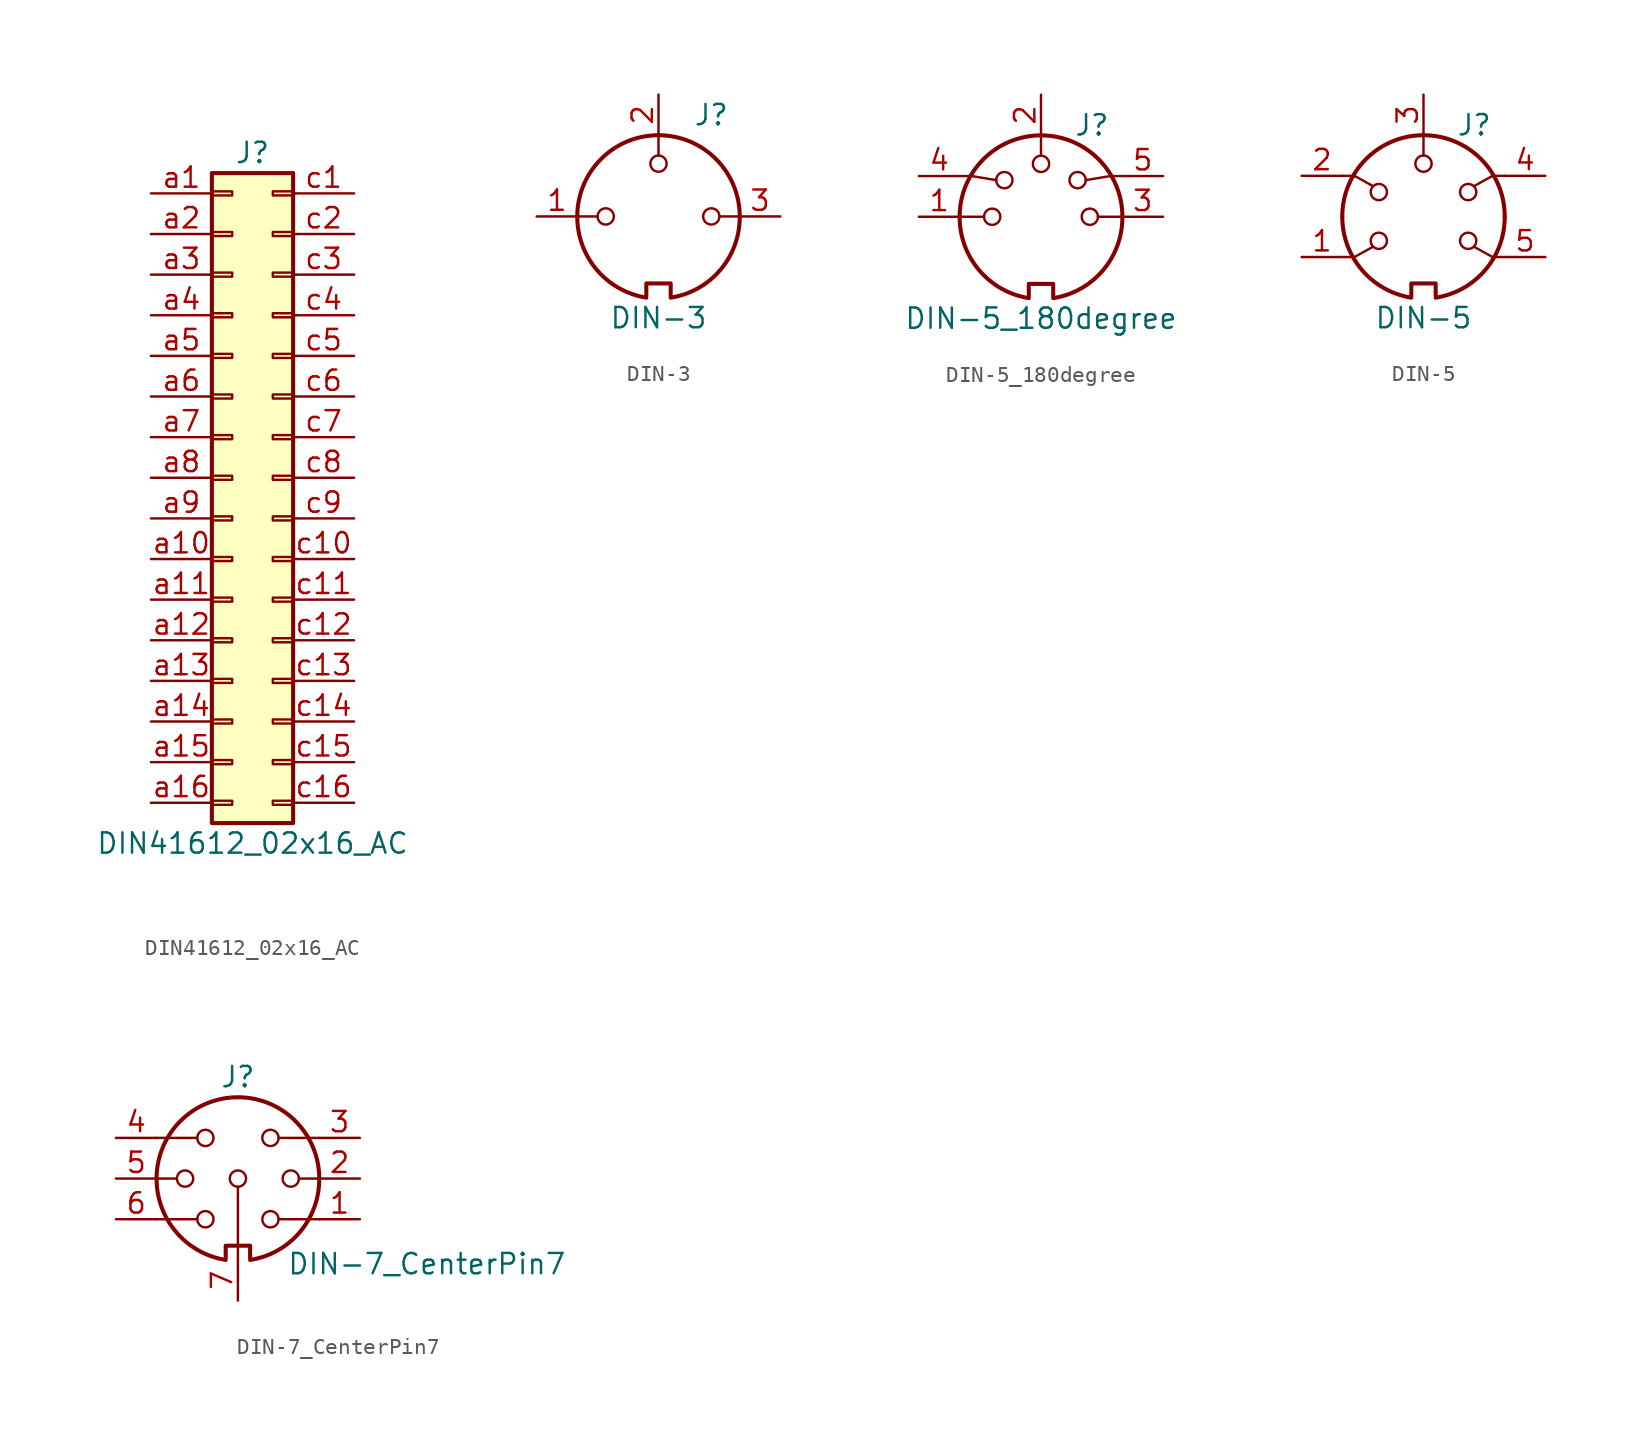
<source format=kicad_sym>
(kicad_symbol_lib
  (version 20241209)
  (generator "kicad_symbol_editor")
  (generator_version "9.0")
  (symbol "DIN41612_02x16_AC"
    (pin_names
      (offset 1.016)
      (hide yes))
    (property "Reference" "J"
      (at 1.27 20.32 0)
      (effects (font (size 1.27 1.27))))
    (property "Value" "DIN41612_02x16_AC"
      (at 1.27 -22.86 0)
      (effects (font (size 1.27 1.27))))
    (symbol "DIN41612_02x16_AC_1_1"
      (rectangle (start -1.27 19.05) (end 3.81 -21.59) (stroke (width 0.254) (type default)) (fill (type background)))
      (rectangle (start -1.27 17.907) (end 0 17.653) (stroke (width 0.152) (type default)) (fill (type none)))
      (rectangle (start -1.27 15.367) (end 0 15.113) (stroke (width 0.152) (type default)) (fill (type none)))
      (rectangle (start -1.27 12.827) (end 0 12.573) (stroke (width 0.152) (type default)) (fill (type none)))
      (rectangle (start -1.27 10.287) (end 0 10.033) (stroke (width 0.152) (type default)) (fill (type none)))
      (rectangle (start -1.27 7.747) (end 0 7.493) (stroke (width 0.152) (type default)) (fill (type none)))
      (rectangle (start -1.27 5.207) (end 0 4.953) (stroke (width 0.152) (type default)) (fill (type none)))
      (rectangle (start -1.27 2.667) (end 0 2.413) (stroke (width 0.152) (type default)) (fill (type none)))
      (rectangle (start -1.27 0.127) (end 0 -0.127) (stroke (width 0.152) (type default)) (fill (type none)))
      (rectangle (start -1.27 -2.413) (end 0 -2.667) (stroke (width 0.152) (type default)) (fill (type none)))
      (rectangle (start -1.27 -4.953) (end 0 -5.207) (stroke (width 0.152) (type default)) (fill (type none)))
      (rectangle (start -1.27 -7.493) (end 0 -7.747) (stroke (width 0.152) (type default)) (fill (type none)))
      (rectangle (start -1.27 -10.033) (end 0 -10.287) (stroke (width 0.152) (type default)) (fill (type none)))
      (rectangle (start -1.27 -12.573) (end 0 -12.827) (stroke (width 0.152) (type default)) (fill (type none)))
      (rectangle (start -1.27 -15.113) (end 0 -15.367) (stroke (width 0.152) (type default)) (fill (type none)))
      (rectangle (start -1.27 -17.653) (end 0 -17.907) (stroke (width 0.152) (type default)) (fill (type none)))
      (rectangle (start -1.27 -20.193) (end 0 -20.447) (stroke (width 0.152) (type default)) (fill (type none)))
      (rectangle (start 3.81 17.907) (end 2.54 17.653) (stroke (width 0.152) (type default)) (fill (type none)))
      (rectangle (start 3.81 15.367) (end 2.54 15.113) (stroke (width 0.152) (type default)) (fill (type none)))
      (rectangle (start 3.81 12.827) (end 2.54 12.573) (stroke (width 0.152) (type default)) (fill (type none)))
      (rectangle (start 3.81 10.287) (end 2.54 10.033) (stroke (width 0.152) (type default)) (fill (type none)))
      (rectangle (start 3.81 7.747) (end 2.54 7.493) (stroke (width 0.152) (type default)) (fill (type none)))
      (rectangle (start 3.81 5.207) (end 2.54 4.953) (stroke (width 0.152) (type default)) (fill (type none)))
      (rectangle (start 3.81 2.667) (end 2.54 2.413) (stroke (width 0.152) (type default)) (fill (type none)))
      (rectangle (start 3.81 0.127) (end 2.54 -0.127) (stroke (width 0.152) (type default)) (fill (type none)))
      (rectangle (start 3.81 -2.413) (end 2.54 -2.667) (stroke (width 0.152) (type default)) (fill (type none)))
      (rectangle (start 3.81 -4.953) (end 2.54 -5.207) (stroke (width 0.152) (type default)) (fill (type none)))
      (rectangle (start 3.81 -7.493) (end 2.54 -7.747) (stroke (width 0.152) (type default)) (fill (type none)))
      (rectangle (start 3.81 -10.033) (end 2.54 -10.287) (stroke (width 0.152) (type default)) (fill (type none)))
      (rectangle (start 3.81 -12.573) (end 2.54 -12.827) (stroke (width 0.152) (type default)) (fill (type none)))
      (rectangle (start 3.81 -15.113) (end 2.54 -15.367) (stroke (width 0.152) (type default)) (fill (type none)))
      (rectangle (start 3.81 -17.653) (end 2.54 -17.907) (stroke (width 0.152) (type default)) (fill (type none)))
      (rectangle (start 3.81 -20.193) (end 2.54 -20.447) (stroke (width 0.152) (type default)) (fill (type none)))
      (pin passive line (at -5.08 17.78 0) (length 3.81) (name "Pin_a1" (effects (font (size 1.27 1.27)))) (number "a1" (effects (font (size 1.27 1.27)))))
      (pin passive line (at -5.08 15.24 0) (length 3.81) (name "Pin_a2" (effects (font (size 1.27 1.27)))) (number "a2" (effects (font (size 1.27 1.27)))))
      (pin passive line (at -5.08 12.7 0) (length 3.81) (name "Pin_a3" (effects (font (size 1.27 1.27)))) (number "a3" (effects (font (size 1.27 1.27)))))
      (pin passive line (at -5.08 10.16 0) (length 3.81) (name "Pin_a4" (effects (font (size 1.27 1.27)))) (number "a4" (effects (font (size 1.27 1.27)))))
      (pin passive line (at -5.08 7.62 0) (length 3.81) (name "Pin_a5" (effects (font (size 1.27 1.27)))) (number "a5" (effects (font (size 1.27 1.27)))))
      (pin passive line (at -5.08 5.08 0) (length 3.81) (name "Pin_a6" (effects (font (size 1.27 1.27)))) (number "a6" (effects (font (size 1.27 1.27)))))
      (pin passive line (at -5.08 2.54 0) (length 3.81) (name "Pin_a7" (effects (font (size 1.27 1.27)))) (number "a7" (effects (font (size 1.27 1.27)))))
      (pin passive line (at -5.08 0 0) (length 3.81) (name "Pin_a8" (effects (font (size 1.27 1.27)))) (number "a8" (effects (font (size 1.27 1.27)))))
      (pin passive line (at -5.08 -2.54 0) (length 3.81) (name "Pin_a9" (effects (font (size 1.27 1.27)))) (number "a9" (effects (font (size 1.27 1.27)))))
      (pin passive line (at -5.08 -5.08 0) (length 3.81) (name "Pin_a10" (effects (font (size 1.27 1.27)))) (number "a10" (effects (font (size 1.27 1.27)))))
      (pin passive line (at -5.08 -7.62 0) (length 3.81) (name "Pin_a11" (effects (font (size 1.27 1.27)))) (number "a11" (effects (font (size 1.27 1.27)))))
      (pin passive line (at -5.08 -10.16 0) (length 3.81) (name "Pin_a12" (effects (font (size 1.27 1.27)))) (number "a12" (effects (font (size 1.27 1.27)))))
      (pin passive line (at -5.08 -12.7 0) (length 3.81) (name "Pin_a13" (effects (font (size 1.27 1.27)))) (number "a13" (effects (font (size 1.27 1.27)))))
      (pin passive line (at -5.08 -15.24 0) (length 3.81) (name "Pin_a14" (effects (font (size 1.27 1.27)))) (number "a14" (effects (font (size 1.27 1.27)))))
      (pin passive line (at -5.08 -17.78 0) (length 3.81) (name "Pin_a15" (effects (font (size 1.27 1.27)))) (number "a15" (effects (font (size 1.27 1.27)))))
      (pin passive line (at -5.08 -20.32 0) (length 3.81) (name "Pin_a16" (effects (font (size 1.27 1.27)))) (number "a16" (effects (font (size 1.27 1.27)))))
      (pin passive line (at 7.62 17.78 180) (length 3.81) (name "Pin_c1" (effects (font (size 1.27 1.27)))) (number "c1" (effects (font (size 1.27 1.27)))))
      (pin passive line (at 7.62 15.24 180) (length 3.81) (name "Pin_c2" (effects (font (size 1.27 1.27)))) (number "c2" (effects (font (size 1.27 1.27)))))
      (pin passive line (at 7.62 12.7 180) (length 3.81) (name "Pin_c3" (effects (font (size 1.27 1.27)))) (number "c3" (effects (font (size 1.27 1.27)))))
      (pin passive line (at 7.62 10.16 180) (length 3.81) (name "Pin_c4" (effects (font (size 1.27 1.27)))) (number "c4" (effects (font (size 1.27 1.27)))))
      (pin passive line (at 7.62 7.62 180) (length 3.81) (name "Pin_c5" (effects (font (size 1.27 1.27)))) (number "c5" (effects (font (size 1.27 1.27)))))
      (pin passive line (at 7.62 5.08 180) (length 3.81) (name "Pin_c6" (effects (font (size 1.27 1.27)))) (number "c6" (effects (font (size 1.27 1.27)))))
      (pin passive line (at 7.62 2.54 180) (length 3.81) (name "Pin_c7" (effects (font (size 1.27 1.27)))) (number "c7" (effects (font (size 1.27 1.27)))))
      (pin passive line (at 7.62 0 180) (length 3.81) (name "Pin_c8" (effects (font (size 1.27 1.27)))) (number "c8" (effects (font (size 1.27 1.27)))))
      (pin passive line (at 7.62 -2.54 180) (length 3.81) (name "Pin_c9" (effects (font (size 1.27 1.27)))) (number "c9" (effects (font (size 1.27 1.27)))))
      (pin passive line (at 7.62 -5.08 180) (length 3.81) (name "Pin_c10" (effects (font (size 1.27 1.27)))) (number "c10" (effects (font (size 1.27 1.27)))))
      (pin passive line (at 7.62 -7.62 180) (length 3.81) (name "Pin_c11" (effects (font (size 1.27 1.27)))) (number "c11" (effects (font (size 1.27 1.27)))))
      (pin passive line (at 7.62 -10.16 180) (length 3.81) (name "Pin_c12" (effects (font (size 1.27 1.27)))) (number "c12" (effects (font (size 1.27 1.27)))))
      (pin passive line (at 7.62 -12.7 180) (length 3.81) (name "Pin_c13" (effects (font (size 1.27 1.27)))) (number "c13" (effects (font (size 1.27 1.27)))))
      (pin passive line (at 7.62 -15.24 180) (length 3.81) (name "Pin_c14" (effects (font (size 1.27 1.27)))) (number "c14" (effects (font (size 1.27 1.27)))))
      (pin passive line (at 7.62 -17.78 180) (length 3.81) (name "Pin_c15" (effects (font (size 1.27 1.27)))) (number "c15" (effects (font (size 1.27 1.27)))))
      (pin passive line (at 7.62 -20.32 180) (length 3.81) (name "Pin_c16" (effects (font (size 1.27 1.27)))) (number "c16" (effects (font (size 1.27 1.27)))))))
  (symbol "DIN-3"
    (pin_names
      (offset 1.016))
    (property "Reference" "J"
      (at 3.302 6.35 0)
      (effects (font (size 1.27 1.27))))
    (property "Value" "DIN-3"
      (at 0 -6.35 0)
      (effects (font (size 1.27 1.27))))
    (symbol "DIN-3_0_1"
      (polyline (pts (xy -3.81 0) (xy -5.08 0)) (stroke (width 0) (type default)) (fill (type none)))
      (circle (center -3.302 0) (radius 0.508) (stroke (width 0) (type default)) (fill (type none)))
      (polyline (pts (xy -0.762 -4.953) (xy -0.762 -4.191) (xy 0.762 -4.191) (xy 0.762 -4.953)) (stroke (width 0.254) (type default)) (fill (type none)))
      (arc (start 5.08 0) (mid 3.8673 -3.3444) (end 0.762 -5.08) (stroke (width 0.254) (type default)) (fill (type none)))
      (polyline (pts (xy 0 3.81) (xy 0 5.08)) (stroke (width 0) (type default)) (fill (type none)))
      (circle (center 0 3.302) (radius 0.508) (stroke (width 0) (type default)) (fill (type none)))
      (arc (start -5.08 0) (mid 0 5.0579) (end 5.08 0) (stroke (width 0.254) (type default)) (fill (type none)))
      (arc (start -0.762 -5.08) (mid -3.8597 -3.3379) (end -5.08 0) (stroke (width 0.254) (type default)) (fill (type none)))
      (circle (center 3.302 0) (radius 0.508) (stroke (width 0) (type default)) (fill (type none)))
      (polyline (pts (xy 5.08 0) (xy 3.81 0)) (stroke (width 0) (type default)) (fill (type none))))
    (symbol "DIN-3_1_1"
      (pin passive line (at -7.62 0 0) (length 2.54) (name "~" (effects (font (size 1.27 1.27)))) (number "1" (effects (font (size 1.27 1.27)))))
      (pin passive line (at 0 7.62 270) (length 2.54) (name "~" (effects (font (size 1.27 1.27)))) (number "2" (effects (font (size 1.27 1.27)))))
      (pin passive line (at 7.62 0 180) (length 2.54) (name "~" (effects (font (size 1.27 1.27)))) (number "3" (effects (font (size 1.27 1.27)))))))
  (symbol "DIN-5_180degree"
    (pin_names
      (offset 1.016))
    (property "Reference" "J"
      (at 3.175 5.715 0)
      (effects (font (size 1.27 1.27))))
    (property "Value" "DIN-5_180degree"
      (at 0 -6.35 0)
      (effects (font (size 1.27 1.27))))
    (symbol "DIN-5_180degree_0_1"
      (polyline (pts (xy -5.08 2.54) (xy -4.318 2.54) (xy -2.794 2.286)) (stroke (width 0) (type default)) (fill (type none)))
      (polyline (pts (xy -5.08 0) (xy -3.556 0)) (stroke (width 0) (type default)) (fill (type none)))
      (circle (center -3.048 0) (radius 0.508) (stroke (width 0) (type default)) (fill (type none)))
      (circle (center -2.286 2.286) (radius 0.508) (stroke (width 0) (type default)) (fill (type none)))
      (polyline (pts (xy -0.762 -4.953) (xy -0.762 -4.191) (xy 0.762 -4.191) (xy 0.762 -4.953)) (stroke (width 0.254) (type default)) (fill (type none)))
      (arc (start 5.08 0) (mid 3.8673 -3.3444) (end 0.762 -5.08) (stroke (width 0.254) (type default)) (fill (type none)))
      (polyline (pts (xy 0 5.08) (xy 0 3.81)) (stroke (width 0) (type default)) (fill (type none)))
      (circle (center 0 3.302) (radius 0.508) (stroke (width 0) (type default)) (fill (type none)))
      (arc (start -5.08 0) (mid 0 5.0579) (end 5.08 0) (stroke (width 0.254) (type default)) (fill (type none)))
      (arc (start -0.762 -5.08) (mid -3.8597 -3.3379) (end -5.08 0) (stroke (width 0.254) (type default)) (fill (type none)))
      (circle (center 2.286 2.286) (radius 0.508) (stroke (width 0) (type default)) (fill (type none)))
      (circle (center 3.048 0) (radius 0.508) (stroke (width 0) (type default)) (fill (type none)))
      (polyline (pts (xy 5.08 2.54) (xy 4.318 2.54) (xy 2.794 2.286)) (stroke (width 0) (type default)) (fill (type none)))
      (polyline (pts (xy 5.08 0) (xy 3.556 0)) (stroke (width 0) (type default)) (fill (type none))))
    (symbol "DIN-5_180degree_1_1"
      (pin passive line (at -7.62 2.54 0) (length 2.54) (name "~" (effects (font (size 1.27 1.27)))) (number "4" (effects (font (size 1.27 1.27)))))
      (pin passive line (at -7.62 0 0) (length 2.54) (name "~" (effects (font (size 1.27 1.27)))) (number "1" (effects (font (size 1.27 1.27)))))
      (pin passive line (at 0 7.62 270) (length 2.54) (name "~" (effects (font (size 1.27 1.27)))) (number "2" (effects (font (size 1.27 1.27)))))
      (pin passive line (at 7.62 2.54 180) (length 2.54) (name "~" (effects (font (size 1.27 1.27)))) (number "5" (effects (font (size 1.27 1.27)))))
      (pin passive line (at 7.62 0 180) (length 2.54) (name "~" (effects (font (size 1.27 1.27)))) (number "3" (effects (font (size 1.27 1.27)))))))
  (symbol "DIN-5"
    (pin_names
      (offset 1.016))
    (property "Reference" "J"
      (at 3.175 5.715 0)
      (effects (font (size 1.27 1.27))))
    (property "Value" "DIN-5"
      (at 0 -6.35 0)
      (effects (font (size 1.27 1.27))))
    (symbol "DIN-5_0_1"
      (polyline (pts (xy -5.08 2.54) (xy -4.318 2.54) (xy -3.175 1.905)) (stroke (width 0) (type default)) (fill (type none)))
      (polyline (pts (xy -5.08 -2.54) (xy -4.318 -2.54) (xy -3.175 -1.905)) (stroke (width 0) (type default)) (fill (type none)))
      (circle (center -2.794 1.524) (radius 0.508) (stroke (width 0) (type default)) (fill (type none)))
      (circle (center -2.794 -1.524) (radius 0.508) (stroke (width 0) (type default)) (fill (type none)))
      (polyline (pts (xy -0.762 -4.953) (xy -0.762 -4.191) (xy 0.762 -4.191) (xy 0.762 -4.953)) (stroke (width 0.254) (type default)) (fill (type none)))
      (arc (start 5.08 0) (mid 3.8673 -3.3444) (end 0.762 -5.08) (stroke (width 0.254) (type default)) (fill (type none)))
      (polyline (pts (xy 0 5.08) (xy 0 3.81)) (stroke (width 0) (type default)) (fill (type none)))
      (circle (center 0 3.302) (radius 0.508) (stroke (width 0) (type default)) (fill (type none)))
      (arc (start -5.08 0) (mid 0 5.0579) (end 5.08 0) (stroke (width 0.254) (type default)) (fill (type none)))
      (arc (start -0.762 -5.08) (mid -3.8597 -3.3379) (end -5.08 0) (stroke (width 0.254) (type default)) (fill (type none)))
      (circle (center 2.794 1.524) (radius 0.508) (stroke (width 0) (type default)) (fill (type none)))
      (circle (center 2.794 -1.524) (radius 0.508) (stroke (width 0) (type default)) (fill (type none)))
      (polyline (pts (xy 5.08 2.54) (xy 4.318 2.54) (xy 3.175 1.905)) (stroke (width 0) (type default)) (fill (type none)))
      (polyline (pts (xy 5.08 -2.54) (xy 4.318 -2.54) (xy 3.175 -1.905)) (stroke (width 0) (type default)) (fill (type none))))
    (symbol "DIN-5_1_1"
      (pin passive line (at -7.62 2.54 0) (length 2.54) (name "~" (effects (font (size 1.27 1.27)))) (number "2" (effects (font (size 1.27 1.27)))))
      (pin passive line (at -7.62 -2.54 0) (length 2.54) (name "~" (effects (font (size 1.27 1.27)))) (number "1" (effects (font (size 1.27 1.27)))))
      (pin passive line (at 0 7.62 270) (length 2.54) (name "~" (effects (font (size 1.27 1.27)))) (number "3" (effects (font (size 1.27 1.27)))))
      (pin passive line (at 7.62 2.54 180) (length 2.54) (name "~" (effects (font (size 1.27 1.27)))) (number "4" (effects (font (size 1.27 1.27)))))
      (pin passive line (at 7.62 -2.54 180) (length 2.54) (name "~" (effects (font (size 1.27 1.27)))) (number "5" (effects (font (size 1.27 1.27)))))))
  (symbol "DIN-7_CenterPin7"
    (pin_names
      (offset 1.016))
    (property "Reference" "J"
      (at 0 6.35 0)
      (effects (font (size 1.27 1.27))))
    (property "Value" "DIN-7_CenterPin7"
      (at 3.048 -5.334 0)
      (effects (font (size 1.27 1.27)) (justify left)))
    (symbol "DIN-7_CenterPin7_0_1"
      (polyline (pts (xy -5.08 2.54) (xy -4.318 2.54) (xy -2.54 2.54)) (stroke (width 0) (type default)) (fill (type none)))
      (polyline (pts (xy -5.08 0) (xy -3.81 0)) (stroke (width 0) (type default)) (fill (type none)))
      (polyline (pts (xy -5.08 -2.54) (xy -4.318 -2.54) (xy -2.54 -2.54)) (stroke (width 0) (type default)) (fill (type none)))
      (circle (center -3.302 0) (radius 0.508) (stroke (width 0) (type default)) (fill (type none)))
      (circle (center -2.032 2.54) (radius 0.508) (stroke (width 0) (type default)) (fill (type none)))
      (circle (center -2.032 -2.54) (radius 0.508) (stroke (width 0) (type default)) (fill (type none)))
      (polyline (pts (xy -0.762 -4.953) (xy -0.762 -4.191) (xy 0.762 -4.191) (xy 0.762 -4.953)) (stroke (width 0.254) (type default)) (fill (type none)))
      (arc (start 5.08 0) (mid 3.8673 -3.3444) (end 0.762 -5.08) (stroke (width 0.254) (type default)) (fill (type none)))
      (circle (center 0 0) (radius 0.508) (stroke (width 0) (type default)) (fill (type none)))
      (arc (start -5.08 0) (mid 0 5.0579) (end 5.08 0) (stroke (width 0.254) (type default)) (fill (type none)))
      (polyline (pts (xy 0 -0.508) (xy 0 -5.08)) (stroke (width 0) (type default)) (fill (type none)))
      (arc (start -0.762 -5.08) (mid -3.8597 -3.3379) (end -5.08 0) (stroke (width 0.254) (type default)) (fill (type none)))
      (circle (center 2.032 2.54) (radius 0.508) (stroke (width 0) (type default)) (fill (type none)))
      (circle (center 2.032 -2.54) (radius 0.508) (stroke (width 0) (type default)) (fill (type none)))
      (circle (center 3.302 0) (radius 0.508) (stroke (width 0) (type default)) (fill (type none)))
      (polyline (pts (xy 5.08 2.54) (xy 4.318 2.54) (xy 2.54 2.54)) (stroke (width 0) (type default)) (fill (type none)))
      (polyline (pts (xy 5.08 0) (xy 3.81 0)) (stroke (width 0) (type default)) (fill (type none)))
      (polyline (pts (xy 5.08 -2.54) (xy 4.318 -2.54) (xy 2.54 -2.54)) (stroke (width 0) (type default)) (fill (type none))))
    (symbol "DIN-7_CenterPin7_1_1"
      (pin passive line (at -7.62 2.54 0) (length 2.54) (name "~" (effects (font (size 1.27 1.27)))) (number "4" (effects (font (size 1.27 1.27)))))
      (pin passive line (at -7.62 0 0) (length 2.54) (name "~" (effects (font (size 1.27 1.27)))) (number "5" (effects (font (size 1.27 1.27)))))
      (pin passive line (at -7.62 -2.54 0) (length 2.54) (name "~" (effects (font (size 1.27 1.27)))) (number "6" (effects (font (size 1.27 1.27)))))
      (pin passive line (at 0 -7.62 90) (length 2.54) (name "~" (effects (font (size 1.27 1.27)))) (number "7" (effects (font (size 1.27 1.27)))))
      (pin passive line (at 7.62 2.54 180) (length 2.54) (name "~" (effects (font (size 1.27 1.27)))) (number "3" (effects (font (size 1.27 1.27)))))
      (pin passive line (at 7.62 0 180) (length 2.54) (name "~" (effects (font (size 1.27 1.27)))) (number "2" (effects (font (size 1.27 1.27)))))
      (pin passive line (at 7.62 -2.54 180) (length 2.54) (name "~" (effects (font (size 1.27 1.27)))) (number "1" (effects (font (size 1.27 1.27))))))))
</source>
